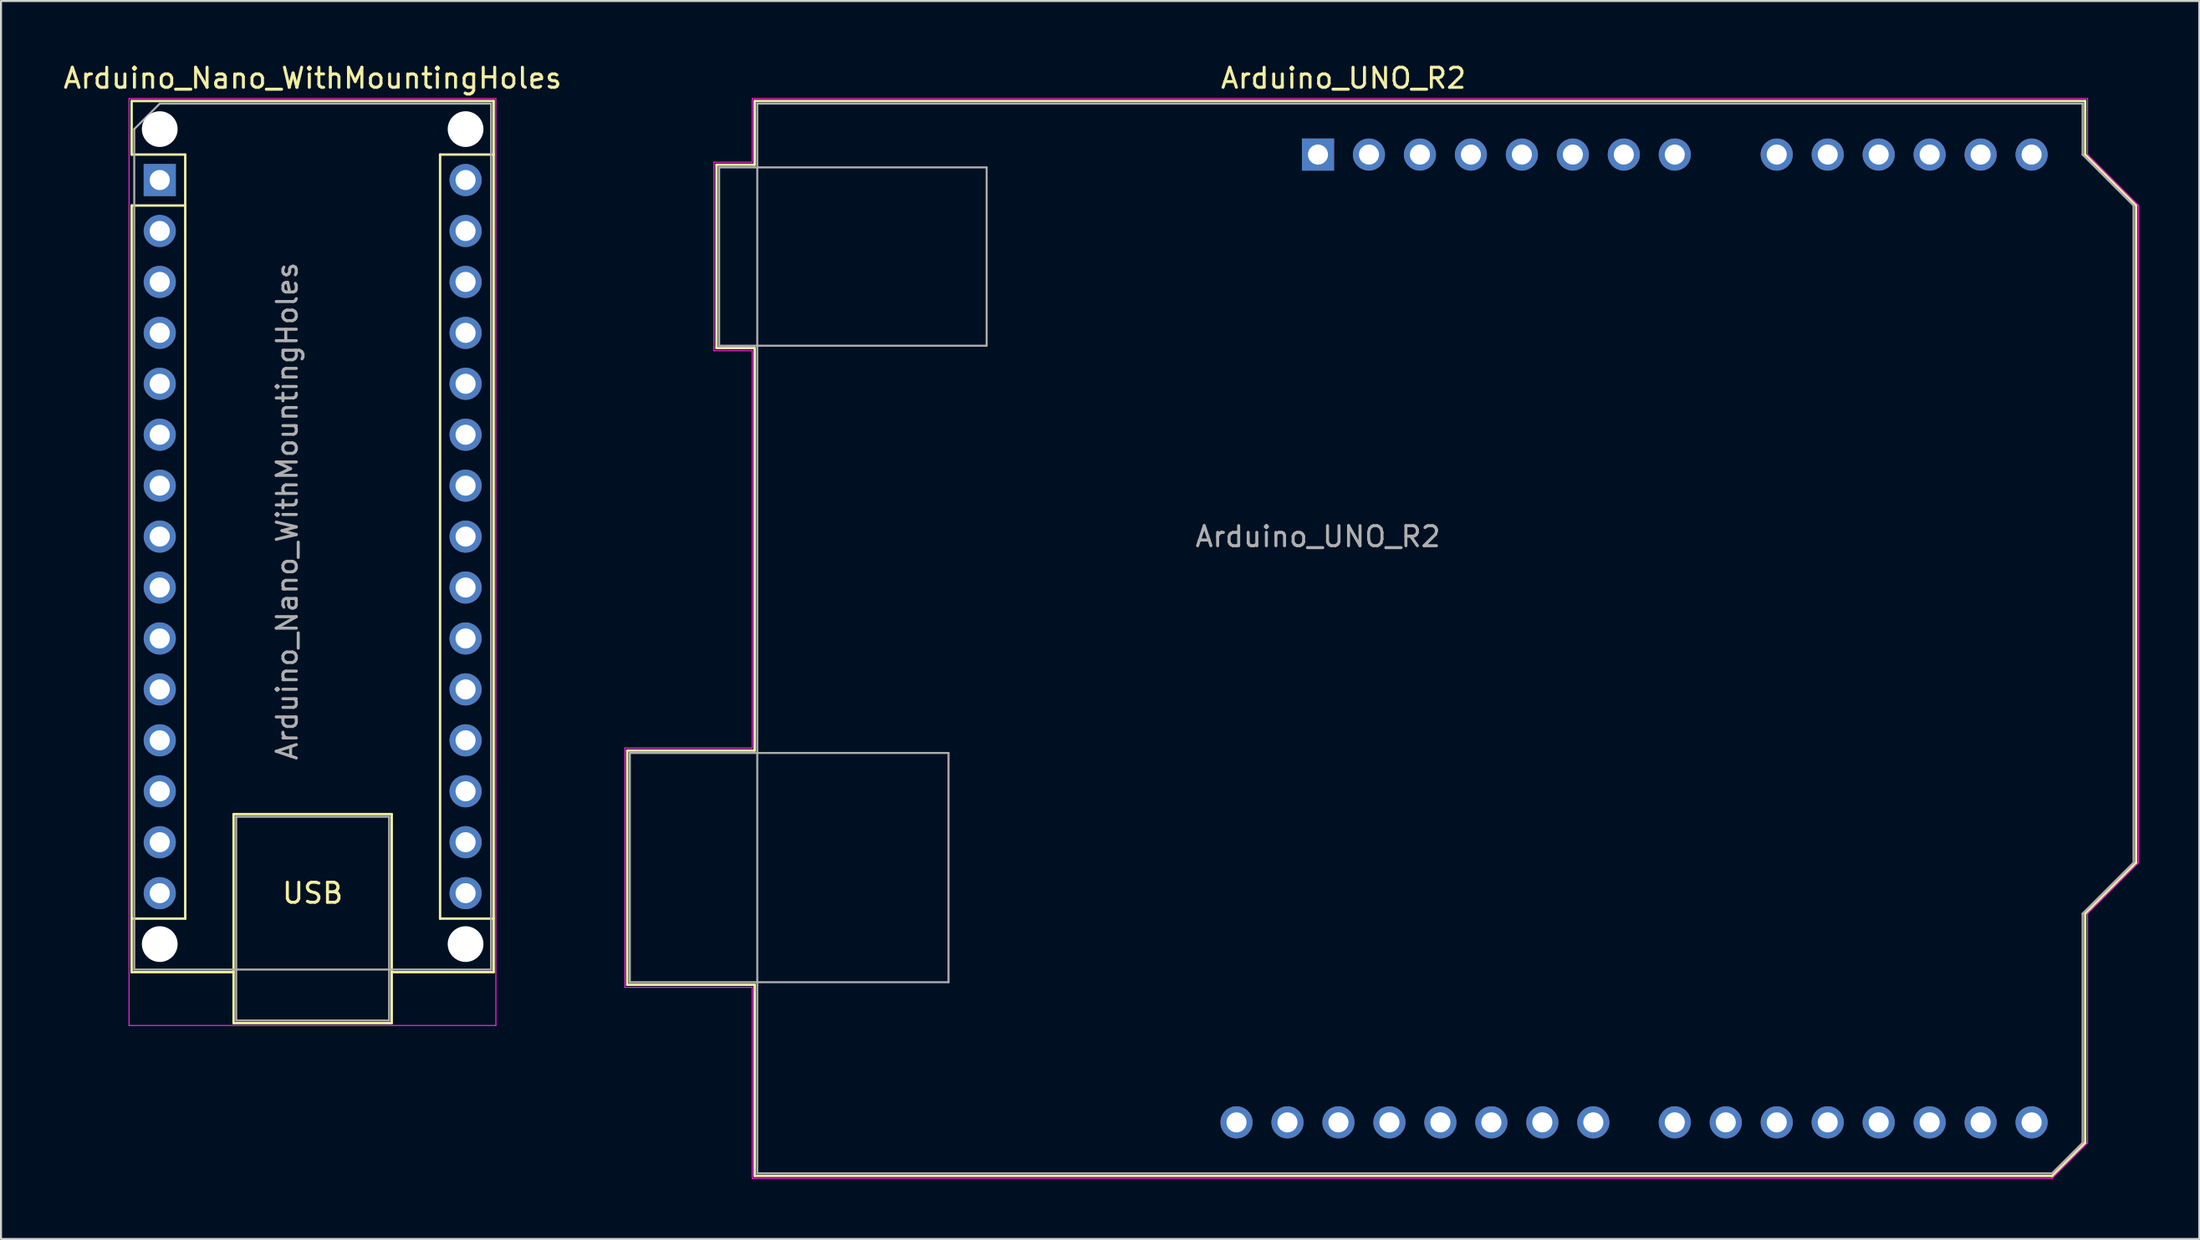
<source format=kicad_pcb>
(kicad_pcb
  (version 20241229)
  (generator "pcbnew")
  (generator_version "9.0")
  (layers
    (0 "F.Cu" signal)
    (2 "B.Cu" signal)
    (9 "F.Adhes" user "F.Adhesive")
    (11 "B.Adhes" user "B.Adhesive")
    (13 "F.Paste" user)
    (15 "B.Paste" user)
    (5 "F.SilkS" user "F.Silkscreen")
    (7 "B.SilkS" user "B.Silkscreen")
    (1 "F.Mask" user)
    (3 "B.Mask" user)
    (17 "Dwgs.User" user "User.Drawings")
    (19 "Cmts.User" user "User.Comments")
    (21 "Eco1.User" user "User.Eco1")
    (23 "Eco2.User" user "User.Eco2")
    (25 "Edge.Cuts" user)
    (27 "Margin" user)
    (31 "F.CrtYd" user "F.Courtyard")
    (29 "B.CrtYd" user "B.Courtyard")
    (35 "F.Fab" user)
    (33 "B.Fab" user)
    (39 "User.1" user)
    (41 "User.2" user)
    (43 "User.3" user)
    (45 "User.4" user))
  (footprint "Arduino_UNO_R2"
    (layer "F.Cu")
    (at 62.625 4.658)
    (property "Reference" "Arduino_UNO_R2" (at 1.27 -3.81 180) (layer "F.SilkS") (effects (font (size 1 1) (thickness 0.15))))
    (attr through_hole)
    (fp_line (start -34.42 29.72) (end -34.42 41.4) (stroke (width 0.12) (type solid)) (layer "F.SilkS"))
    (fp_line (start -34.42 41.4) (end -28.07 41.4) (stroke (width 0.12) (type solid)) (layer "F.SilkS"))
    (fp_line (start -29.97 0.51) (end -29.97 9.65) (stroke (width 0.12) (type solid)) (layer "F.SilkS"))
    (fp_line (start -29.97 9.65) (end -28.07 9.65) (stroke (width 0.12) (type solid)) (layer "F.SilkS"))
    (fp_line (start -28.07 -2.67) (end -28.07 0.51) (stroke (width 0.12) (type solid)) (layer "F.SilkS"))
    (fp_line (start -28.07 0.51) (end -29.97 0.51) (stroke (width 0.12) (type solid)) (layer "F.SilkS"))
    (fp_line (start -28.07 9.65) (end -28.07 29.72) (stroke (width 0.12) (type solid)) (layer "F.SilkS"))
    (fp_line (start -28.07 29.72) (end -34.42 29.72) (stroke (width 0.12) (type solid)) (layer "F.SilkS"))
    (fp_line (start -28.07 41.4) (end -28.07 50.93) (stroke (width 0.12) (type solid)) (layer "F.SilkS"))
    (fp_line (start -28.07 50.93) (end 36.58 50.93) (stroke (width 0.12) (type solid)) (layer "F.SilkS"))
    (fp_line (start 36.58 50.93) (end 38.23 49.28) (stroke (width 0.12) (type solid)) (layer "F.SilkS"))
    (fp_line (start 38.23 -2.67) (end -28.07 -2.67) (stroke (width 0.12) (type solid)) (layer "F.SilkS"))
    (fp_line (start 38.23 0) (end 38.23 -2.67) (stroke (width 0.12) (type solid)) (layer "F.SilkS"))
    (fp_line (start 38.23 37.85) (end 40.77 35.31) (stroke (width 0.12) (type solid)) (layer "F.SilkS"))
    (fp_line (start 38.23 49.28) (end 38.23 37.85) (stroke (width 0.12) (type solid)) (layer "F.SilkS"))
    (fp_line (start 40.77 2.54) (end 38.23 0) (stroke (width 0.12) (type solid)) (layer "F.SilkS"))
    (fp_line (start 40.77 35.31) (end 40.77 2.54) (stroke (width 0.12) (type solid)) (layer "F.SilkS"))
    (fp_line (start -34.54 29.59) (end -28.19 29.59) (stroke (width 0.05) (type solid)) (layer "F.CrtYd"))
    (fp_line (start -34.54 41.53) (end -34.54 29.59) (stroke (width 0.05) (type solid)) (layer "F.CrtYd"))
    (fp_line (start -30.1 0.38) (end -28.19 0.38) (stroke (width 0.05) (type solid)) (layer "F.CrtYd"))
    (fp_line (start -30.1 9.78) (end -30.1 0.38) (stroke (width 0.05) (type solid)) (layer "F.CrtYd"))
    (fp_line (start -28.19 -2.79) (end 38.35 -2.79) (stroke (width 0.05) (type solid)) (layer "F.CrtYd"))
    (fp_line (start -28.19 0.38) (end -28.19 -2.79) (stroke (width 0.05) (type solid)) (layer "F.CrtYd"))
    (fp_line (start -28.19 9.78) (end -30.1 9.78) (stroke (width 0.05) (type solid)) (layer "F.CrtYd"))
    (fp_line (start -28.19 29.59) (end -28.19 9.78) (stroke (width 0.05) (type solid)) (layer "F.CrtYd"))
    (fp_line (start -28.19 41.53) (end -34.54 41.53) (stroke (width 0.05) (type solid)) (layer "F.CrtYd"))
    (fp_line (start -28.19 51.05) (end -28.19 41.53) (stroke (width 0.05) (type solid)) (layer "F.CrtYd"))
    (fp_line (start 36.58 51.05) (end -28.19 51.05) (stroke (width 0.05) (type solid)) (layer "F.CrtYd"))
    (fp_line (start 38.35 -2.79) (end 38.35 0) (stroke (width 0.05) (type solid)) (layer "F.CrtYd"))
    (fp_line (start 38.35 0) (end 40.89 2.54) (stroke (width 0.05) (type solid)) (layer "F.CrtYd"))
    (fp_line (start 38.35 37.85) (end 38.35 49.28) (stroke (width 0.05) (type solid)) (layer "F.CrtYd"))
    (fp_line (start 38.35 49.28) (end 36.58 51.05) (stroke (width 0.05) (type solid)) (layer "F.CrtYd"))
    (fp_line (start 40.89 2.54) (end 40.89 35.31) (stroke (width 0.05) (type solid)) (layer "F.CrtYd"))
    (fp_line (start 40.89 35.31) (end 38.35 37.85) (stroke (width 0.05) (type solid)) (layer "F.CrtYd"))
    (fp_line (start -34.29 29.84) (end -18.41 29.84) (stroke (width 0.1) (type solid)) (layer "F.Fab"))
    (fp_line (start -34.29 41.27) (end -34.29 29.84) (stroke (width 0.1) (type solid)) (layer "F.Fab"))
    (fp_line (start -29.84 0.64) (end -16.51 0.64) (stroke (width 0.1) (type solid)) (layer "F.Fab"))
    (fp_line (start -29.84 9.53) (end -29.84 0.64) (stroke (width 0.1) (type solid)) (layer "F.Fab"))
    (fp_line (start -27.94 -2.54) (end 38.1 -2.54) (stroke (width 0.1) (type solid)) (layer "F.Fab"))
    (fp_line (start -27.94 50.8) (end -27.94 -2.54) (stroke (width 0.1) (type solid)) (layer "F.Fab"))
    (fp_line (start -18.41 29.84) (end -18.41 41.27) (stroke (width 0.1) (type solid)) (layer "F.Fab"))
    (fp_line (start -18.41 41.27) (end -34.29 41.27) (stroke (width 0.1) (type solid)) (layer "F.Fab"))
    (fp_line (start -16.51 0.64) (end -16.51 9.53) (stroke (width 0.1) (type solid)) (layer "F.Fab"))
    (fp_line (start -16.51 9.53) (end -29.84 9.53) (stroke (width 0.1) (type solid)) (layer "F.Fab"))
    (fp_line (start 36.58 50.8) (end -27.94 50.8) (stroke (width 0.1) (type solid)) (layer "F.Fab"))
    (fp_line (start 38.1 -2.54) (end 38.1 0) (stroke (width 0.1) (type solid)) (layer "F.Fab"))
    (fp_line (start 38.1 0) (end 40.64 2.54) (stroke (width 0.1) (type solid)) (layer "F.Fab"))
    (fp_line (start 38.1 37.85) (end 38.1 49.28) (stroke (width 0.1) (type solid)) (layer "F.Fab"))
    (fp_line (start 38.1 49.28) (end 36.58 50.8) (stroke (width 0.1) (type solid)) (layer "F.Fab"))
    (fp_line (start 40.64 2.54) (end 40.64 35.31) (stroke (width 0.1) (type solid)) (layer "F.Fab"))
    (fp_line (start 40.64 35.31) (end 38.1 37.85) (stroke (width 0.1) (type solid)) (layer "F.Fab"))
    (fp_text user "${REFERENCE}" (at 0 19.05 180) (layer "F.Fab") (effects (font (size 1 1) (thickness 0.15))))
    (pad "1" thru_hole rect (at 0 0 90) (size 1.6 1.6) (drill 1) (layers "*.Cu" "*.Mask"))
    (pad "2" thru_hole oval (at 2.54 0 90) (size 1.6 1.6) (drill 1) (layers "*.Cu" "*.Mask"))
    (pad "3" thru_hole oval (at 5.08 0 90) (size 1.6 1.6) (drill 1) (layers "*.Cu" "*.Mask"))
    (pad "4" thru_hole oval (at 7.62 0 90) (size 1.6 1.6) (drill 1) (layers "*.Cu" "*.Mask"))
    (pad "5" thru_hole oval (at 10.16 0 90) (size 1.6 1.6) (drill 1) (layers "*.Cu" "*.Mask"))
    (pad "6" thru_hole oval (at 12.7 0 90) (size 1.6 1.6) (drill 1) (layers "*.Cu" "*.Mask"))
    (pad "7" thru_hole oval (at 15.24 0 90) (size 1.6 1.6) (drill 1) (layers "*.Cu" "*.Mask"))
    (pad "8" thru_hole oval (at 17.78 0 90) (size 1.6 1.6) (drill 1) (layers "*.Cu" "*.Mask"))
    (pad "9" thru_hole oval (at 22.86 0 90) (size 1.6 1.6) (drill 1) (layers "*.Cu" "*.Mask"))
    (pad "10" thru_hole oval (at 25.4 0 90) (size 1.6 1.6) (drill 1) (layers "*.Cu" "*.Mask"))
    (pad "11" thru_hole oval (at 27.94 0 90) (size 1.6 1.6) (drill 1) (layers "*.Cu" "*.Mask"))
    (pad "12" thru_hole oval (at 30.48 0 90) (size 1.6 1.6) (drill 1) (layers "*.Cu" "*.Mask"))
    (pad "13" thru_hole oval (at 33.02 0 90) (size 1.6 1.6) (drill 1) (layers "*.Cu" "*.Mask"))
    (pad "14" thru_hole oval (at 35.56 0 90) (size 1.6 1.6) (drill 1) (layers "*.Cu" "*.Mask"))
    (pad "15" thru_hole oval (at 35.56 48.26 90) (size 1.6 1.6) (drill 1) (layers "*.Cu" "*.Mask"))
    (pad "16" thru_hole oval (at 33.02 48.26 90) (size 1.6 1.6) (drill 1) (layers "*.Cu" "*.Mask"))
    (pad "17" thru_hole oval (at 30.48 48.26 90) (size 1.6 1.6) (drill 1) (layers "*.Cu" "*.Mask"))
    (pad "18" thru_hole oval (at 27.94 48.26 90) (size 1.6 1.6) (drill 1) (layers "*.Cu" "*.Mask"))
    (pad "19" thru_hole oval (at 25.4 48.26 90) (size 1.6 1.6) (drill 1) (layers "*.Cu" "*.Mask"))
    (pad "20" thru_hole oval (at 22.86 48.26 90) (size 1.6 1.6) (drill 1) (layers "*.Cu" "*.Mask"))
    (pad "21" thru_hole oval (at 20.32 48.26 90) (size 1.6 1.6) (drill 1) (layers "*.Cu" "*.Mask"))
    (pad "22" thru_hole oval (at 17.78 48.26 90) (size 1.6 1.6) (drill 1) (layers "*.Cu" "*.Mask"))
    (pad "23" thru_hole oval (at 13.72 48.26 90) (size 1.6 1.6) (drill 1) (layers "*.Cu" "*.Mask"))
    (pad "24" thru_hole oval (at 11.18 48.26 90) (size 1.6 1.6) (drill 1) (layers "*.Cu" "*.Mask"))
    (pad "25" thru_hole oval (at 8.64 48.26 90) (size 1.6 1.6) (drill 1) (layers "*.Cu" "*.Mask"))
    (pad "26" thru_hole oval (at 6.1 48.26 90) (size 1.6 1.6) (drill 1) (layers "*.Cu" "*.Mask"))
    (pad "27" thru_hole oval (at 3.56 48.26 90) (size 1.6 1.6) (drill 1) (layers "*.Cu" "*.Mask"))
    (pad "28" thru_hole oval (at 1.02 48.26 90) (size 1.6 1.6) (drill 1) (layers "*.Cu" "*.Mask"))
    (pad "29" thru_hole oval (at -1.52 48.26 90) (size 1.6 1.6) (drill 1) (layers "*.Cu" "*.Mask"))
    (pad "30" thru_hole oval (at -4.06 48.26 90) (size 1.6 1.6) (drill 1) (layers "*.Cu" "*.Mask")))
  (footprint "Arduino_Nano_WithMountingHoles"
    (layer "F.Cu")
    (at 4.91 5.928)
    (property "Reference" "Arduino_Nano_WithMountingHoles" (at 7.62 -5.08 0) (layer "F.SilkS") (effects (font (size 1 1) (thickness 0.15))))
    (attr through_hole)
    (fp_line (start -1.4 -3.94) (end -1.4 -1.27) (stroke (width 0.12) (type solid)) (layer "F.SilkS"))
    (fp_line (start -1.4 1.27) (end -1.4 39.5) (stroke (width 0.12) (type solid)) (layer "F.SilkS"))
    (fp_line (start -1.4 39.5) (end 3.68 39.5) (stroke (width 0.12) (type solid)) (layer "F.SilkS"))
    (fp_line (start 1.27 -1.27) (end -1.4 -1.27) (stroke (width 0.12) (type solid)) (layer "F.SilkS"))
    (fp_line (start 1.27 1.27) (end -1.4 1.27) (stroke (width 0.12) (type solid)) (layer "F.SilkS"))
    (fp_line (start 1.27 1.27) (end 1.27 -1.27) (stroke (width 0.12) (type solid)) (layer "F.SilkS"))
    (fp_line (start 1.27 1.27) (end 1.27 36.83) (stroke (width 0.12) (type solid)) (layer "F.SilkS"))
    (fp_line (start 1.27 36.83) (end -1.4 36.83) (stroke (width 0.12) (type solid)) (layer "F.SilkS"))
    (fp_line (start 3.68 31.62) (end 11.56 31.62) (stroke (width 0.12) (type solid)) (layer "F.SilkS"))
    (fp_line (start 3.68 42.04) (end 3.68 31.62) (stroke (width 0.12) (type solid)) (layer "F.SilkS"))
    (fp_line (start 11.56 31.62) (end 11.56 42.04) (stroke (width 0.12) (type solid)) (layer "F.SilkS"))
    (fp_line (start 11.56 42.04) (end 3.68 42.04) (stroke (width 0.12) (type solid)) (layer "F.SilkS"))
    (fp_line (start 13.97 -1.27) (end 13.97 36.83) (stroke (width 0.12) (type solid)) (layer "F.SilkS"))
    (fp_line (start 13.97 -1.27) (end 16.64 -1.27) (stroke (width 0.12) (type solid)) (layer "F.SilkS"))
    (fp_line (start 13.97 36.83) (end 16.64 36.83) (stroke (width 0.12) (type solid)) (layer "F.SilkS"))
    (fp_line (start 16.64 -3.94) (end -1.4 -3.94) (stroke (width 0.12) (type solid)) (layer "F.SilkS"))
    (fp_line (start 16.64 39.5) (end 11.56 39.5) (stroke (width 0.12) (type solid)) (layer "F.SilkS"))
    (fp_line (start 16.64 39.5) (end 16.64 -3.94) (stroke (width 0.12) (type solid)) (layer "F.SilkS"))
    (fp_line (start -1.53 -4.06) (end -1.53 42.16) (stroke (width 0.05) (type solid)) (layer "F.CrtYd"))
    (fp_line (start -1.53 -4.06) (end 16.75 -4.06) (stroke (width 0.05) (type solid)) (layer "F.CrtYd"))
    (fp_line (start 16.75 42.16) (end -1.53 42.16) (stroke (width 0.05) (type solid)) (layer "F.CrtYd"))
    (fp_line (start 16.75 42.16) (end 16.75 -4.06) (stroke (width 0.05) (type solid)) (layer "F.CrtYd"))
    (fp_line (start -1.27 -2.54) (end 0 -3.81) (stroke (width 0.1) (type solid)) (layer "F.Fab"))
    (fp_line (start -1.27 39.37) (end -1.27 -2.54) (stroke (width 0.1) (type solid)) (layer "F.Fab"))
    (fp_line (start 0 -3.81) (end 16.51 -3.81) (stroke (width 0.1) (type solid)) (layer "F.Fab"))
    (fp_line (start 3.81 31.75) (end 11.43 31.75) (stroke (width 0.1) (type solid)) (layer "F.Fab"))
    (fp_line (start 3.81 41.91) (end 3.81 31.75) (stroke (width 0.1) (type solid)) (layer "F.Fab"))
    (fp_line (start 11.43 31.75) (end 11.43 41.91) (stroke (width 0.1) (type solid)) (layer "F.Fab"))
    (fp_line (start 11.43 41.91) (end 3.81 41.91) (stroke (width 0.1) (type solid)) (layer "F.Fab"))
    (fp_line (start 16.51 -3.81) (end 16.51 39.37) (stroke (width 0.1) (type solid)) (layer "F.Fab"))
    (fp_line (start 16.51 39.37) (end -1.27 39.37) (stroke (width 0.1) (type solid)) (layer "F.Fab"))
    (fp_text user "USB" (at 7.62 35.56 0) (unlocked yes) (layer "F.SilkS") (effects (font (size 1 1) (thickness 0.15))))
    (fp_text user "${REFERENCE}" (at 6.35 16.51 90) (layer "F.Fab") (effects (font (size 1 1) (thickness 0.15))))
    (pad "" np_thru_hole circle (at 0 -2.54) (size 1.78 1.78) (drill 1.78) (layers "*.Cu" "*.Mask"))
    (pad "" np_thru_hole circle (at 0 38.1) (size 1.78 1.78) (drill 1.78) (layers "*.Cu" "*.Mask"))
    (pad "" np_thru_hole circle (at 15.24 -2.54) (size 1.78 1.78) (drill 1.78) (layers "*.Cu" "*.Mask"))
    (pad "" np_thru_hole circle (at 15.24 38.1) (size 1.78 1.78) (drill 1.78) (layers "*.Cu" "*.Mask"))
    (pad "1" thru_hole rect (at 0 0) (size 1.6 1.6) (drill 1) (layers "*.Cu" "*.Mask"))
    (pad "2" thru_hole oval (at 0 2.54) (size 1.6 1.6) (drill 1) (layers "*.Cu" "*.Mask"))
    (pad "3" thru_hole oval (at 0 5.08) (size 1.6 1.6) (drill 1) (layers "*.Cu" "*.Mask"))
    (pad "4" thru_hole oval (at 0 7.62) (size 1.6 1.6) (drill 1) (layers "*.Cu" "*.Mask"))
    (pad "5" thru_hole oval (at 0 10.16) (size 1.6 1.6) (drill 1) (layers "*.Cu" "*.Mask"))
    (pad "6" thru_hole oval (at 0 12.7) (size 1.6 1.6) (drill 1) (layers "*.Cu" "*.Mask"))
    (pad "7" thru_hole oval (at 0 15.24) (size 1.6 1.6) (drill 1) (layers "*.Cu" "*.Mask"))
    (pad "8" thru_hole oval (at 0 17.78) (size 1.6 1.6) (drill 1) (layers "*.Cu" "*.Mask"))
    (pad "9" thru_hole oval (at 0 20.32) (size 1.6 1.6) (drill 1) (layers "*.Cu" "*.Mask"))
    (pad "10" thru_hole oval (at 0 22.86) (size 1.6 1.6) (drill 1) (layers "*.Cu" "*.Mask"))
    (pad "11" thru_hole oval (at 0 25.4) (size 1.6 1.6) (drill 1) (layers "*.Cu" "*.Mask"))
    (pad "12" thru_hole oval (at 0 27.94) (size 1.6 1.6) (drill 1) (layers "*.Cu" "*.Mask"))
    (pad "13" thru_hole oval (at 0 30.48) (size 1.6 1.6) (drill 1) (layers "*.Cu" "*.Mask"))
    (pad "14" thru_hole oval (at 0 33.02) (size 1.6 1.6) (drill 1) (layers "*.Cu" "*.Mask"))
    (pad "15" thru_hole oval (at 0 35.56) (size 1.6 1.6) (drill 1) (layers "*.Cu" "*.Mask"))
    (pad "16" thru_hole oval (at 15.24 35.56) (size 1.6 1.6) (drill 1) (layers "*.Cu" "*.Mask"))
    (pad "17" thru_hole oval (at 15.24 33.02) (size 1.6 1.6) (drill 1) (layers "*.Cu" "*.Mask"))
    (pad "18" thru_hole oval (at 15.24 30.48) (size 1.6 1.6) (drill 1) (layers "*.Cu" "*.Mask"))
    (pad "19" thru_hole oval (at 15.24 27.94) (size 1.6 1.6) (drill 1) (layers "*.Cu" "*.Mask"))
    (pad "20" thru_hole oval (at 15.24 25.4) (size 1.6 1.6) (drill 1) (layers "*.Cu" "*.Mask"))
    (pad "21" thru_hole oval (at 15.24 22.86) (size 1.6 1.6) (drill 1) (layers "*.Cu" "*.Mask"))
    (pad "22" thru_hole oval (at 15.24 20.32) (size 1.6 1.6) (drill 1) (layers "*.Cu" "*.Mask"))
    (pad "23" thru_hole oval (at 15.24 17.78) (size 1.6 1.6) (drill 1) (layers "*.Cu" "*.Mask"))
    (pad "24" thru_hole oval (at 15.24 15.24) (size 1.6 1.6) (drill 1) (layers "*.Cu" "*.Mask"))
    (pad "25" thru_hole oval (at 15.24 12.7) (size 1.6 1.6) (drill 1) (layers "*.Cu" "*.Mask"))
    (pad "26" thru_hole oval (at 15.24 10.16) (size 1.6 1.6) (drill 1) (layers "*.Cu" "*.Mask"))
    (pad "27" thru_hole oval (at 15.24 7.62) (size 1.6 1.6) (drill 1) (layers "*.Cu" "*.Mask"))
    (pad "28" thru_hole oval (at 15.24 5.08) (size 1.6 1.6) (drill 1) (layers "*.Cu" "*.Mask"))
    (pad "29" thru_hole oval (at 15.24 2.54) (size 1.6 1.6) (drill 1) (layers "*.Cu" "*.Mask"))
    (pad "30" thru_hole oval (at 15.24 0) (size 1.6 1.6) (drill 1) (layers "*.Cu" "*.Mask")))
  (gr_rect
    (start -3 -3)
    (end 106.54 58.733)
    (stroke (width 0.1) (type default))
    (fill no)
    (layer "Edge.Cuts")))
</source>
